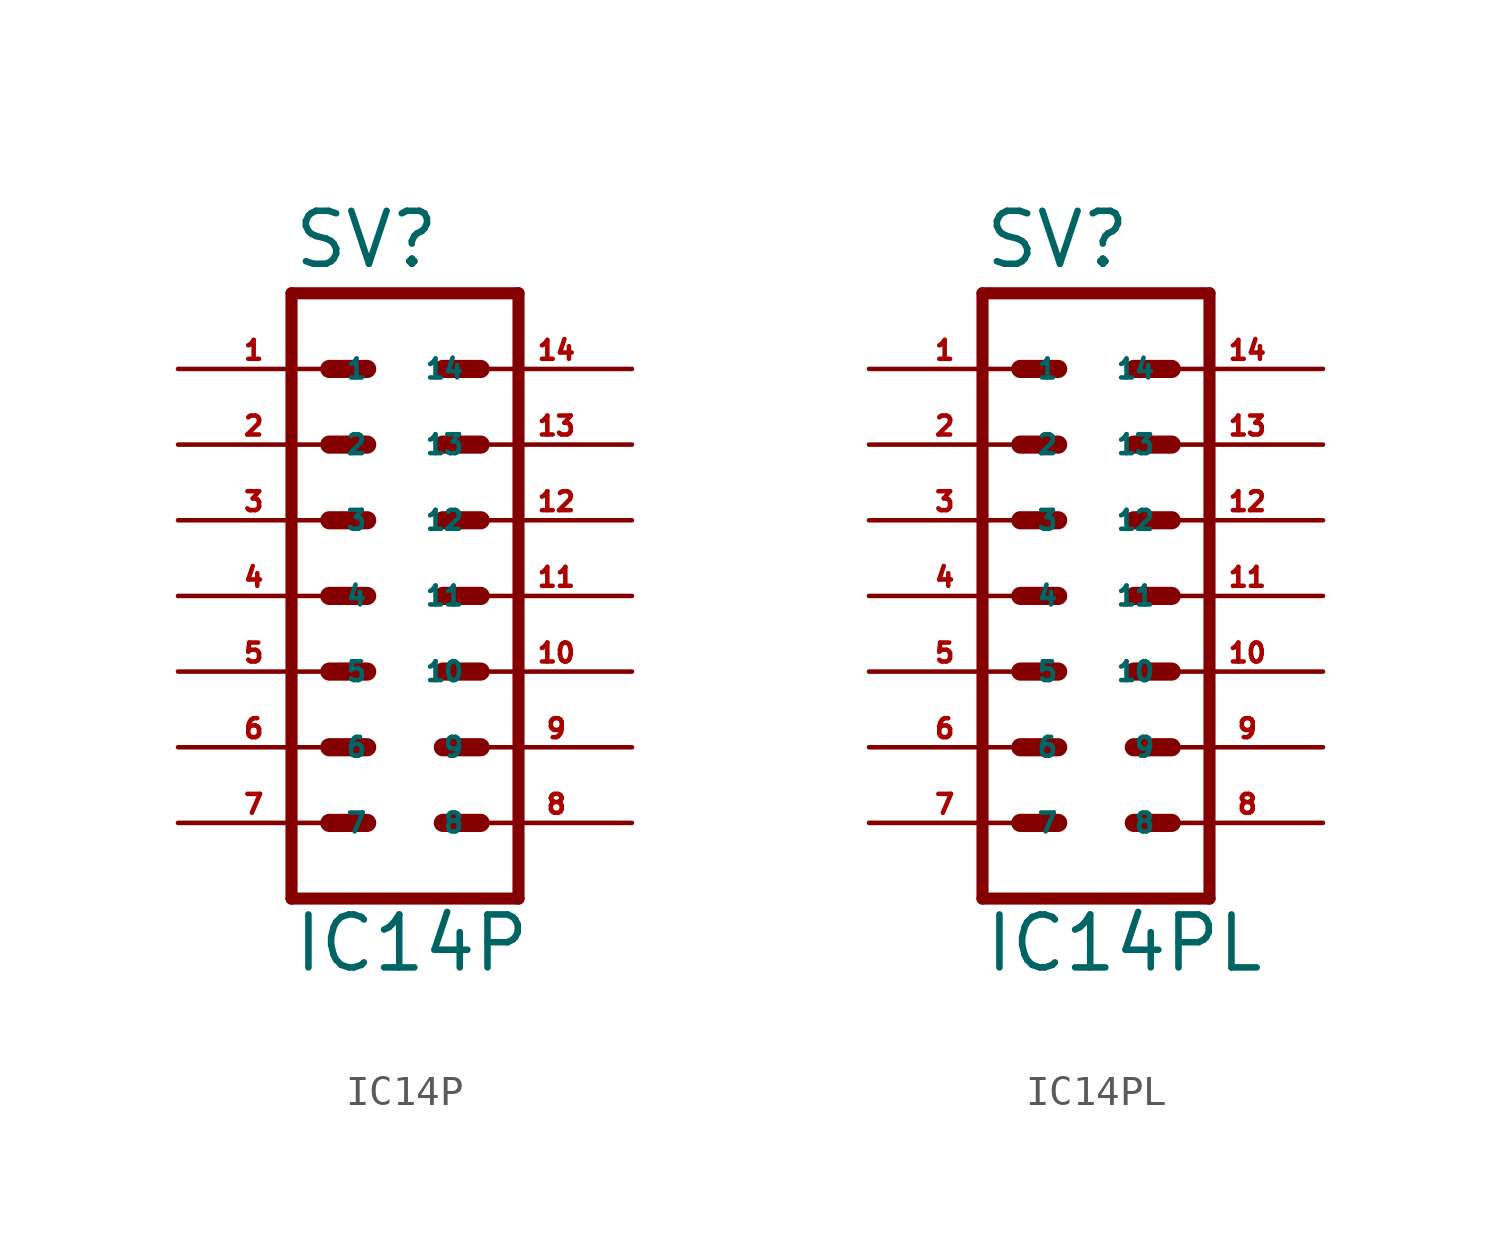
<source format=kicad_sym>
(kicad_symbol_lib
  (version 20220914)
  (generator Eagle2Kicad)
  (symbol "IC14P"
    (property "Reference" "SV"
      (at -3.81 10.922 0)
      (effects (font (size 1.778 1.778) (thickness 0.22)) (justify left bottom)))
    (property "Value" "IC14P"
      (at -3.81 -12.7 0)
      (effects (font (size 1.778 1.778) (thickness 0.22)) (justify left bottom)))
    (polyline
      (pts (xy 3.81 10.16) (xy -3.81 10.16))
      (stroke (width 0.406) (type default))
      (fill (type none)))
    (polyline
      (pts (xy -3.81 -10.16) (xy -3.81 10.16))
      (stroke (width 0.406) (type default))
      (fill (type none)))
    (polyline
      (pts (xy -3.81 -10.16) (xy 3.81 -10.16))
      (stroke (width 0.406) (type default))
      (fill (type none)))
    (polyline
      (pts (xy 3.81 10.16) (xy 3.81 -10.16))
      (stroke (width 0.406) (type default))
      (fill (type none)))
    (polyline
      (pts (xy -2.54 7.62) (xy -1.27 7.62))
      (stroke (width 0.61) (type default))
      (fill (type none)))
    (polyline
      (pts (xy -2.54 5.08) (xy -1.27 5.08))
      (stroke (width 0.61) (type default))
      (fill (type none)))
    (polyline
      (pts (xy -2.54 2.54) (xy -1.27 2.54))
      (stroke (width 0.61) (type default))
      (fill (type none)))
    (polyline
      (pts (xy -2.54 0) (xy -1.27 0))
      (stroke (width 0.61) (type default))
      (fill (type none)))
    (polyline
      (pts (xy -2.54 -2.54) (xy -1.27 -2.54))
      (stroke (width 0.61) (type default))
      (fill (type none)))
    (polyline
      (pts (xy -2.54 -5.08) (xy -1.27 -5.08))
      (stroke (width 0.61) (type default))
      (fill (type none)))
    (polyline
      (pts (xy -2.54 -7.62) (xy -1.27 -7.62))
      (stroke (width 0.61) (type default))
      (fill (type none)))
    (polyline
      (pts (xy 2.54 -7.62) (xy 1.27 -7.62))
      (stroke (width 0.61) (type default))
      (fill (type none)))
    (polyline
      (pts (xy 2.54 7.62) (xy 1.27 7.62))
      (stroke (width 0.61) (type default))
      (fill (type none)))
    (polyline
      (pts (xy 2.54 5.08) (xy 1.27 5.08))
      (stroke (width 0.61) (type default))
      (fill (type none)))
    (polyline
      (pts (xy 2.54 2.54) (xy 1.27 2.54))
      (stroke (width 0.61) (type default))
      (fill (type none)))
    (polyline
      (pts (xy 2.54 0) (xy 1.27 0))
      (stroke (width 0.61) (type default))
      (fill (type none)))
    (polyline
      (pts (xy 2.54 -2.54) (xy 1.27 -2.54))
      (stroke (width 0.61) (type default))
      (fill (type none)))
    (polyline
      (pts (xy 2.54 -5.08) (xy 1.27 -5.08))
      (stroke (width 0.61) (type default))
      (fill (type none)))
    (pin passive line
      (at 7.62 5.08 180)
      (length 5.08)
      (name "13" (effects (font (size 0.635 0.635) (thickness 0.08)) (justify left bottom)))
      (number "13" (effects (font (size 0.635 0.635) (thickness 0.08)) (justify left bottom))))
    (pin passive line
      (at 7.62 0 180)
      (length 5.08)
      (name "11" (effects (font (size 0.635 0.635) (thickness 0.08)) (justify left bottom)))
      (number "11" (effects (font (size 0.635 0.635) (thickness 0.08)) (justify left bottom))))
    (pin passive line
      (at 7.62 -5.08 180)
      (length 5.08)
      (name "9" (effects (font (size 0.635 0.635) (thickness 0.08)) (justify left bottom)))
      (number "9" (effects (font (size 0.635 0.635) (thickness 0.08)) (justify left bottom))))
    (pin passive line
      (at -7.62 -7.62 0)
      (length 5.08)
      (name "7" (effects (font (size 0.635 0.635) (thickness 0.08)) (justify left bottom)))
      (number "7" (effects (font (size 0.635 0.635) (thickness 0.08)) (justify left bottom))))
    (pin passive line
      (at -7.62 -2.54 0)
      (length 5.08)
      (name "5" (effects (font (size 0.635 0.635) (thickness 0.08)) (justify left bottom)))
      (number "5" (effects (font (size 0.635 0.635) (thickness 0.08)) (justify left bottom))))
    (pin passive line
      (at -7.62 2.54 0)
      (length 5.08)
      (name "3" (effects (font (size 0.635 0.635) (thickness 0.08)) (justify left bottom)))
      (number "3" (effects (font (size 0.635 0.635) (thickness 0.08)) (justify left bottom))))
    (pin passive line
      (at -7.62 7.62 0)
      (length 5.08)
      (name "1" (effects (font (size 0.635 0.635) (thickness 0.08)) (justify left bottom)))
      (number "1" (effects (font (size 0.635 0.635) (thickness 0.08)) (justify left bottom))))
    (pin passive line
      (at 7.62 7.62 180)
      (length 5.08)
      (name "14" (effects (font (size 0.635 0.635) (thickness 0.08)) (justify left bottom)))
      (number "14" (effects (font (size 0.635 0.635) (thickness 0.08)) (justify left bottom))))
    (pin passive line
      (at 7.62 2.54 180)
      (length 5.08)
      (name "12" (effects (font (size 0.635 0.635) (thickness 0.08)) (justify left bottom)))
      (number "12" (effects (font (size 0.635 0.635) (thickness 0.08)) (justify left bottom))))
    (pin passive line
      (at 7.62 -2.54 180)
      (length 5.08)
      (name "10" (effects (font (size 0.635 0.635) (thickness 0.08)) (justify left bottom)))
      (number "10" (effects (font (size 0.635 0.635) (thickness 0.08)) (justify left bottom))))
    (pin passive line
      (at 7.62 -7.62 180)
      (length 5.08)
      (name "8" (effects (font (size 0.635 0.635) (thickness 0.08)) (justify left bottom)))
      (number "8" (effects (font (size 0.635 0.635) (thickness 0.08)) (justify left bottom))))
    (pin passive line
      (at -7.62 -5.08 0)
      (length 5.08)
      (name "6" (effects (font (size 0.635 0.635) (thickness 0.08)) (justify left bottom)))
      (number "6" (effects (font (size 0.635 0.635) (thickness 0.08)) (justify left bottom))))
    (pin passive line
      (at -7.62 0 0)
      (length 5.08)
      (name "4" (effects (font (size 0.635 0.635) (thickness 0.08)) (justify left bottom)))
      (number "4" (effects (font (size 0.635 0.635) (thickness 0.08)) (justify left bottom))))
    (pin passive line
      (at -7.62 5.08 0)
      (length 5.08)
      (name "2" (effects (font (size 0.635 0.635) (thickness 0.08)) (justify left bottom)))
      (number "2" (effects (font (size 0.635 0.635) (thickness 0.08)) (justify left bottom)))))
  (symbol "IC14PL"
    (property "Reference" "SV"
      (at -3.81 10.922 0)
      (effects (font (size 1.778 1.778) (thickness 0.22)) (justify left bottom)))
    (property "Value" "IC14PL"
      (at -3.81 -12.7 0)
      (effects (font (size 1.778 1.778) (thickness 0.22)) (justify left bottom)))
    (polyline
      (pts (xy 3.81 10.16) (xy -3.81 10.16))
      (stroke (width 0.406) (type default))
      (fill (type none)))
    (polyline
      (pts (xy -3.81 -10.16) (xy -3.81 10.16))
      (stroke (width 0.406) (type default))
      (fill (type none)))
    (polyline
      (pts (xy -3.81 -10.16) (xy 3.81 -10.16))
      (stroke (width 0.406) (type default))
      (fill (type none)))
    (polyline
      (pts (xy 3.81 10.16) (xy 3.81 -10.16))
      (stroke (width 0.406) (type default))
      (fill (type none)))
    (polyline
      (pts (xy -2.54 7.62) (xy -1.27 7.62))
      (stroke (width 0.61) (type default))
      (fill (type none)))
    (polyline
      (pts (xy -2.54 5.08) (xy -1.27 5.08))
      (stroke (width 0.61) (type default))
      (fill (type none)))
    (polyline
      (pts (xy -2.54 2.54) (xy -1.27 2.54))
      (stroke (width 0.61) (type default))
      (fill (type none)))
    (polyline
      (pts (xy -2.54 0) (xy -1.27 0))
      (stroke (width 0.61) (type default))
      (fill (type none)))
    (polyline
      (pts (xy -2.54 -2.54) (xy -1.27 -2.54))
      (stroke (width 0.61) (type default))
      (fill (type none)))
    (polyline
      (pts (xy -2.54 -5.08) (xy -1.27 -5.08))
      (stroke (width 0.61) (type default))
      (fill (type none)))
    (polyline
      (pts (xy -2.54 -7.62) (xy -1.27 -7.62))
      (stroke (width 0.61) (type default))
      (fill (type none)))
    (polyline
      (pts (xy 2.54 -7.62) (xy 1.27 -7.62))
      (stroke (width 0.61) (type default))
      (fill (type none)))
    (polyline
      (pts (xy 2.54 7.62) (xy 1.27 7.62))
      (stroke (width 0.61) (type default))
      (fill (type none)))
    (polyline
      (pts (xy 2.54 5.08) (xy 1.27 5.08))
      (stroke (width 0.61) (type default))
      (fill (type none)))
    (polyline
      (pts (xy 2.54 2.54) (xy 1.27 2.54))
      (stroke (width 0.61) (type default))
      (fill (type none)))
    (polyline
      (pts (xy 2.54 0) (xy 1.27 0))
      (stroke (width 0.61) (type default))
      (fill (type none)))
    (polyline
      (pts (xy 2.54 -2.54) (xy 1.27 -2.54))
      (stroke (width 0.61) (type default))
      (fill (type none)))
    (polyline
      (pts (xy 2.54 -5.08) (xy 1.27 -5.08))
      (stroke (width 0.61) (type default))
      (fill (type none)))
    (pin passive line
      (at 7.62 5.08 180)
      (length 5.08)
      (name "13" (effects (font (size 0.635 0.635) (thickness 0.08)) (justify left bottom)))
      (number "13" (effects (font (size 0.635 0.635) (thickness 0.08)) (justify left bottom))))
    (pin passive line
      (at 7.62 0 180)
      (length 5.08)
      (name "11" (effects (font (size 0.635 0.635) (thickness 0.08)) (justify left bottom)))
      (number "11" (effects (font (size 0.635 0.635) (thickness 0.08)) (justify left bottom))))
    (pin passive line
      (at 7.62 -5.08 180)
      (length 5.08)
      (name "9" (effects (font (size 0.635 0.635) (thickness 0.08)) (justify left bottom)))
      (number "9" (effects (font (size 0.635 0.635) (thickness 0.08)) (justify left bottom))))
    (pin passive line
      (at -7.62 -7.62 0)
      (length 5.08)
      (name "7" (effects (font (size 0.635 0.635) (thickness 0.08)) (justify left bottom)))
      (number "7" (effects (font (size 0.635 0.635) (thickness 0.08)) (justify left bottom))))
    (pin passive line
      (at -7.62 -2.54 0)
      (length 5.08)
      (name "5" (effects (font (size 0.635 0.635) (thickness 0.08)) (justify left bottom)))
      (number "5" (effects (font (size 0.635 0.635) (thickness 0.08)) (justify left bottom))))
    (pin passive line
      (at -7.62 2.54 0)
      (length 5.08)
      (name "3" (effects (font (size 0.635 0.635) (thickness 0.08)) (justify left bottom)))
      (number "3" (effects (font (size 0.635 0.635) (thickness 0.08)) (justify left bottom))))
    (pin passive line
      (at -7.62 7.62 0)
      (length 5.08)
      (name "1" (effects (font (size 0.635 0.635) (thickness 0.08)) (justify left bottom)))
      (number "1" (effects (font (size 0.635 0.635) (thickness 0.08)) (justify left bottom))))
    (pin passive line
      (at 7.62 7.62 180)
      (length 5.08)
      (name "14" (effects (font (size 0.635 0.635) (thickness 0.08)) (justify left bottom)))
      (number "14" (effects (font (size 0.635 0.635) (thickness 0.08)) (justify left bottom))))
    (pin passive line
      (at 7.62 2.54 180)
      (length 5.08)
      (name "12" (effects (font (size 0.635 0.635) (thickness 0.08)) (justify left bottom)))
      (number "12" (effects (font (size 0.635 0.635) (thickness 0.08)) (justify left bottom))))
    (pin passive line
      (at 7.62 -2.54 180)
      (length 5.08)
      (name "10" (effects (font (size 0.635 0.635) (thickness 0.08)) (justify left bottom)))
      (number "10" (effects (font (size 0.635 0.635) (thickness 0.08)) (justify left bottom))))
    (pin passive line
      (at 7.62 -7.62 180)
      (length 5.08)
      (name "8" (effects (font (size 0.635 0.635) (thickness 0.08)) (justify left bottom)))
      (number "8" (effects (font (size 0.635 0.635) (thickness 0.08)) (justify left bottom))))
    (pin passive line
      (at -7.62 -5.08 0)
      (length 5.08)
      (name "6" (effects (font (size 0.635 0.635) (thickness 0.08)) (justify left bottom)))
      (number "6" (effects (font (size 0.635 0.635) (thickness 0.08)) (justify left bottom))))
    (pin passive line
      (at -7.62 0 0)
      (length 5.08)
      (name "4" (effects (font (size 0.635 0.635) (thickness 0.08)) (justify left bottom)))
      (number "4" (effects (font (size 0.635 0.635) (thickness 0.08)) (justify left bottom))))
    (pin passive line
      (at -7.62 5.08 0)
      (length 5.08)
      (name "2" (effects (font (size 0.635 0.635) (thickness 0.08)) (justify left bottom)))
      (number "2" (effects (font (size 0.635 0.635) (thickness 0.08)) (justify left bottom))))))
</source>
